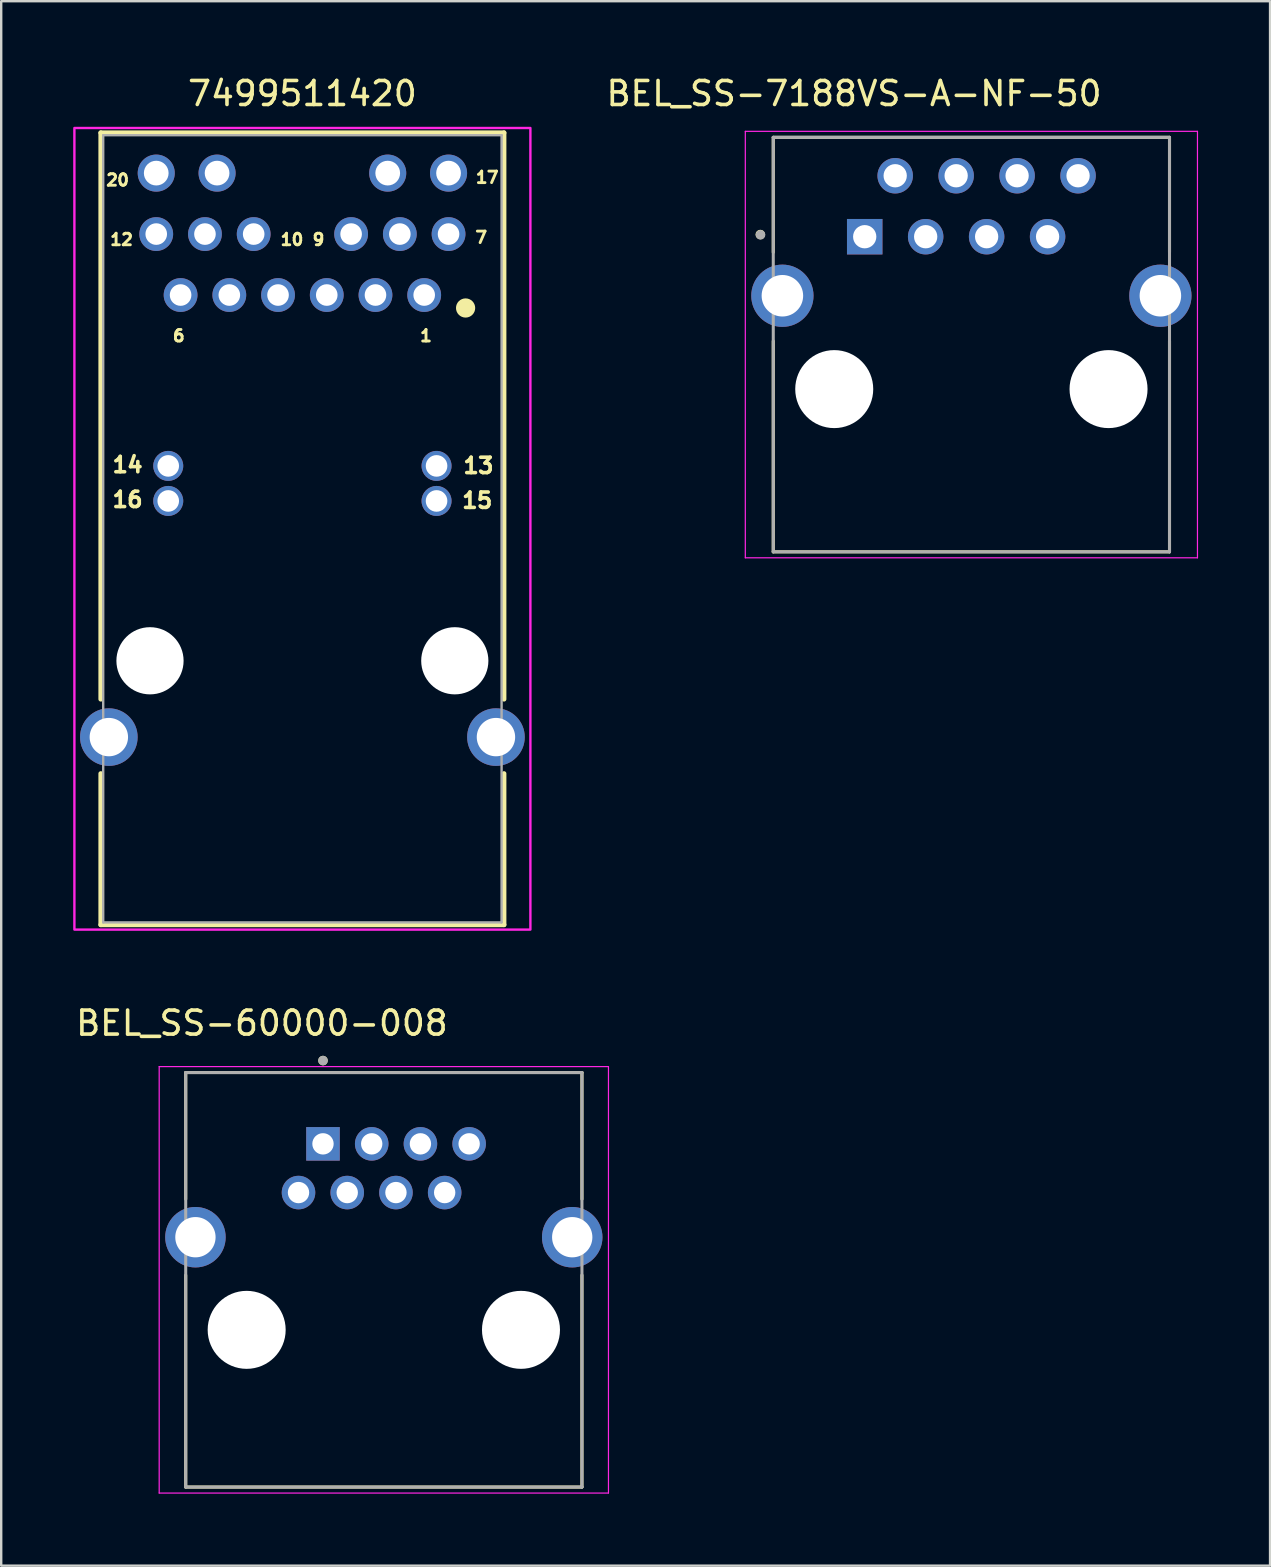
<source format=kicad_pcb>
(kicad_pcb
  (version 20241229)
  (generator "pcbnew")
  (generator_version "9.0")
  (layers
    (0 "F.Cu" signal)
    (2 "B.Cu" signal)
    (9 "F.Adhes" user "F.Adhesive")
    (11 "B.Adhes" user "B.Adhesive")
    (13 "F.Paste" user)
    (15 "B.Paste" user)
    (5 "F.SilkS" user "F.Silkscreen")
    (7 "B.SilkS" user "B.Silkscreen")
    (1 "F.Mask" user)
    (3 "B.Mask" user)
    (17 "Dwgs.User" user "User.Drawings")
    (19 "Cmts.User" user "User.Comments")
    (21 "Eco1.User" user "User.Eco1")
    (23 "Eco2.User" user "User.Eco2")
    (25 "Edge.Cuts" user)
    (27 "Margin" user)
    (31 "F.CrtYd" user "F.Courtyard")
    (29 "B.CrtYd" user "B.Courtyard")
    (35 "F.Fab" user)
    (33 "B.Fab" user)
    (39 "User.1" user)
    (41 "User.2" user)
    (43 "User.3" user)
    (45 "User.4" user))
  (footprint "BEL_SS-60000-008"
    (layer "F.Cu")
    (at 12.943 52.361)
    (property "Reference" "BEL_SS-60000-008" (at -5.08 -12.78 0) (layer "F.SilkS") (effects (font (size 1 1) (thickness 0.15))))
    (attr through_hole)
    (fp_line (start -8.255 -10.72) (end 8.255 -10.72) (stroke (width 0.127) (type solid)) (layer "F.SilkS"))
    (fp_line (start -8.255 -5.445) (end -8.255 -10.72) (stroke (width 0.127) (type solid)) (layer "F.SilkS"))
    (fp_line (start -8.255 6.55) (end -8.255 -2.28) (stroke (width 0.127) (type solid)) (layer "F.SilkS"))
    (fp_line (start 8.255 -10.72) (end 8.255 -5.445) (stroke (width 0.127) (type solid)) (layer "F.SilkS"))
    (fp_line (start 8.255 -2.28) (end 8.255 6.55) (stroke (width 0.127) (type solid)) (layer "F.SilkS"))
    (fp_line (start 8.255 6.55) (end -8.255 6.55) (stroke (width 0.127) (type solid)) (layer "F.SilkS"))
    (fp_circle (center -2.535 -11.22) (end -2.435 -11.22) (stroke (width 0.2) (type solid)) (fill no) (layer "F.SilkS"))
    (fp_line (start -9.36 -10.97) (end -9.36 6.8) (stroke (width 0.05) (type solid)) (layer "F.CrtYd"))
    (fp_line (start -9.36 6.8) (end 9.36 6.8) (stroke (width 0.05) (type solid)) (layer "F.CrtYd"))
    (fp_line (start 9.36 -10.97) (end -9.36 -10.97) (stroke (width 0.05) (type solid)) (layer "F.CrtYd"))
    (fp_line (start 9.36 6.8) (end 9.36 -10.97) (stroke (width 0.05) (type solid)) (layer "F.CrtYd"))
    (fp_line (start -8.255 -10.72) (end 8.255 -10.72) (stroke (width 0.127) (type solid)) (layer "F.Fab"))
    (fp_line (start -8.255 6.55) (end -8.255 -10.72) (stroke (width 0.127) (type solid)) (layer "F.Fab"))
    (fp_line (start 8.255 -10.72) (end 8.255 6.55) (stroke (width 0.127) (type solid)) (layer "F.Fab"))
    (fp_line (start 8.255 6.55) (end -8.255 6.55) (stroke (width 0.127) (type solid)) (layer "F.Fab"))
    (fp_circle (center -2.535 -11.22) (end -2.435 -11.22) (stroke (width 0.2) (type solid)) (fill no) (layer "F.Fab"))
    (pad "" np_thru_hole circle (at -5.715 0) (size 3.25 3.25) (drill 3.25) (layers "*.Cu" "*.Mask"))
    (pad "" np_thru_hole circle (at 5.715 0) (size 3.25 3.25) (drill 3.25) (layers "*.Cu" "*.Mask"))
    (pad "1" thru_hole rect (at -2.535 -7.75) (size 1.398 1.398) (drill 0.89) (layers "*.Cu" "*.Mask"))
    (pad "2" thru_hole circle (at -3.555 -5.72) (size 1.398 1.398) (drill 0.89) (layers "*.Cu" "*.Mask"))
    (pad "3" thru_hole circle (at -1.525 -5.72) (size 1.398 1.398) (drill 0.89) (layers "*.Cu" "*.Mask"))
    (pad "4" thru_hole circle (at 0.505 -5.72) (size 1.398 1.398) (drill 0.89) (layers "*.Cu" "*.Mask"))
    (pad "5" thru_hole circle (at -0.505 -7.75) (size 1.398 1.398) (drill 0.89) (layers "*.Cu" "*.Mask"))
    (pad "6" thru_hole circle (at 1.525 -7.75) (size 1.398 1.398) (drill 0.89) (layers "*.Cu" "*.Mask"))
    (pad "7" thru_hole circle (at 3.555 -7.75) (size 1.398 1.398) (drill 0.89) (layers "*.Cu" "*.Mask"))
    (pad "8" thru_hole circle (at 2.535 -5.72) (size 1.398 1.398) (drill 0.89) (layers "*.Cu" "*.Mask"))
    (pad "S1" thru_hole circle (at -7.85 -3.86) (size 2.52 2.52) (drill 1.68) (layers "*.Cu" "*.Mask"))
    (pad "S2" thru_hole circle (at 7.85 -3.86) (size 2.52 2.52) (drill 1.68) (layers "*.Cu" "*.Mask")))
  (footprint "BEL_SS-7188VS-A-NF-50"
    (layer "F.Cu")
    (at 37.425 13.163)
    (property "Reference" "BEL_SS-7188VS-A-NF-50" (at -4.89 -12.315 0) (layer "F.SilkS") (effects (font (size 1 1) (thickness 0.15))))
    (attr through_hole)
    (fp_line (start -8.255 -10.49) (end 8.255 -10.49) (stroke (width 0.127) (type solid)) (layer "F.SilkS"))
    (fp_line (start -8.255 -5.7) (end -8.255 -10.49) (stroke (width 0.127) (type solid)) (layer "F.SilkS"))
    (fp_line (start -8.255 6.78) (end -8.255 -2) (stroke (width 0.127) (type solid)) (layer "F.SilkS"))
    (fp_line (start 8.255 -10.49) (end 8.255 -5.7) (stroke (width 0.127) (type solid)) (layer "F.SilkS"))
    (fp_line (start 8.255 -2) (end 8.255 6.78) (stroke (width 0.127) (type solid)) (layer "F.SilkS"))
    (fp_line (start 8.255 6.78) (end -8.255 6.78) (stroke (width 0.127) (type solid)) (layer "F.SilkS"))
    (fp_circle (center -8.795 -6.44) (end -8.695 -6.44) (stroke (width 0.2) (type solid)) (fill no) (layer "F.SilkS"))
    (fp_line (start -9.42 -10.74) (end 9.42 -10.74) (stroke (width 0.05) (type solid)) (layer "F.CrtYd"))
    (fp_line (start -9.42 7.03) (end -9.42 -10.74) (stroke (width 0.05) (type solid)) (layer "F.CrtYd"))
    (fp_line (start 9.42 -10.74) (end 9.42 7.03) (stroke (width 0.05) (type solid)) (layer "F.CrtYd"))
    (fp_line (start 9.42 7.03) (end -9.42 7.03) (stroke (width 0.05) (type solid)) (layer "F.CrtYd"))
    (fp_line (start -8.255 -10.49) (end 8.255 -10.49) (stroke (width 0.127) (type solid)) (layer "F.Fab"))
    (fp_line (start -8.255 6.78) (end -8.255 -10.49) (stroke (width 0.127) (type solid)) (layer "F.Fab"))
    (fp_line (start 8.255 -10.49) (end 8.255 6.78) (stroke (width 0.127) (type solid)) (layer "F.Fab"))
    (fp_line (start 8.255 6.78) (end -8.255 6.78) (stroke (width 0.127) (type solid)) (layer "F.Fab"))
    (fp_circle (center -8.785 -6.43) (end -8.685 -6.43) (stroke (width 0.2) (type solid)) (fill no) (layer "F.Fab"))
    (pad "" np_thru_hole circle (at -5.715 0) (size 3.25 3.25) (drill 3.25) (layers "*.Cu" "*.Mask"))
    (pad "" np_thru_hole circle (at 5.715 0) (size 3.25 3.25) (drill 3.25) (layers "*.Cu" "*.Mask"))
    (pad "1" thru_hole rect (at -4.445 -6.35) (size 1.478 1.478) (drill 0.97) (layers "*.Cu" "*.Mask"))
    (pad "2" thru_hole circle (at -3.175 -8.89) (size 1.478 1.478) (drill 0.97) (layers "*.Cu" "*.Mask"))
    (pad "3" thru_hole circle (at -1.905 -6.35) (size 1.478 1.478) (drill 0.97) (layers "*.Cu" "*.Mask"))
    (pad "4" thru_hole circle (at -0.635 -8.89) (size 1.478 1.478) (drill 0.97) (layers "*.Cu" "*.Mask"))
    (pad "5" thru_hole circle (at 0.635 -6.35) (size 1.478 1.478) (drill 0.97) (layers "*.Cu" "*.Mask"))
    (pad "6" thru_hole circle (at 1.905 -8.89) (size 1.478 1.478) (drill 0.97) (layers "*.Cu" "*.Mask"))
    (pad "7" thru_hole circle (at 3.175 -6.35) (size 1.478 1.478) (drill 0.97) (layers "*.Cu" "*.Mask"))
    (pad "8" thru_hole circle (at 4.445 -8.89) (size 1.478 1.478) (drill 0.97) (layers "*.Cu" "*.Mask"))
    (pad "S1" thru_hole circle (at -7.875 -3.89) (size 2.595 2.595) (drill 1.73) (layers "*.Cu" "*.Mask"))
    (pad "S2" thru_hole circle (at 7.875 -3.89) (size 2.595 2.595) (drill 1.73) (layers "*.Cu" "*.Mask")))
  (footprint "7499511420"
    (layer "F.Cu")
    (at 9.55 24.483)
    (property "Reference" "7499511420" (at 0 -23.635 0) (layer "F.SilkS") (effects (font (size 1 1) (thickness 0.15))))
    (attr through_hole)
    (fp_line (start -8.4 1.6) (end -8.4 -22) (stroke (width 0.2) (type solid)) (layer "F.SilkS"))
    (fp_line (start -8.4 11) (end -8.4 4.7) (stroke (width 0.2) (type solid)) (layer "F.SilkS"))
    (fp_line (start -8.4 11) (end 8.4 11) (stroke (width 0.2) (type solid)) (layer "F.SilkS"))
    (fp_line (start 8.4 -22) (end -8.4 -22) (stroke (width 0.2) (type solid)) (layer "F.SilkS"))
    (fp_line (start 8.4 1.6) (end 8.4 -22) (stroke (width 0.2) (type solid)) (layer "F.SilkS"))
    (fp_line (start 8.4 11) (end 8.4 4.7) (stroke (width 0.2) (type solid)) (layer "F.SilkS"))
    (fp_circle (center 6.8 -14.7) (end 7 -14.7) (stroke (width 0.4) (type solid)) (fill no) (layer "F.SilkS"))
    (fp_poly (pts (xy -9.5 -22.2) (xy 9.5 -22.2) (xy 9.5 11.2) (xy -9.5 11.2)) (stroke (width 0.1) (type solid)) (fill no) (layer "F.CrtYd"))
    (fp_line (start -8.3 10.9) (end -8.3 -21.9) (stroke (width 0.1) (type solid)) (layer "F.Fab"))
    (fp_line (start -8.3 10.9) (end 8.3 10.9) (stroke (width 0.1) (type solid)) (layer "F.Fab"))
    (fp_line (start 8.3 -21.9) (end -8.3 -21.9) (stroke (width 0.1) (type solid)) (layer "F.Fab"))
    (fp_line (start 8.3 10.9) (end 8.3 -21.9) (stroke (width 0.1) (type solid)) (layer "F.Fab"))
    (fp_text user "1" (at 5.15 -13.54 0) (layer "F.SilkS") (effects (font (size 0.48 0.48) (thickness 0.15))))
    (fp_text user "16" (at -7.285 -6.715 0) (layer "F.SilkS") (effects (font (size 0.64 0.64) (thickness 0.15))))
    (fp_text user "20" (at -7.7 -20.03 0) (layer "F.SilkS") (effects (font (size 0.48 0.48) (thickness 0.15))))
    (fp_text user "6" (at -5.15 -13.54 0) (layer "F.SilkS") (effects (font (size 0.48 0.48) (thickness 0.15))))
    (fp_text user "10" (at -0.435 -17.55 0) (layer "F.SilkS") (effects (font (size 0.48 0.48) (thickness 0.15))))
    (fp_text user "7" (at 7.45 -17.64 0) (layer "F.SilkS") (effects (font (size 0.48 0.48) (thickness 0.15))))
    (fp_text user "9" (at 0.67 -17.55 0) (layer "F.SilkS") (effects (font (size 0.48 0.48) (thickness 0.15))))
    (fp_text user "12" (at -7.535 -17.55 0) (layer "F.SilkS") (effects (font (size 0.48 0.48) (thickness 0.15))))
    (fp_text user "13" (at 7.335 -8.13 0) (layer "F.SilkS") (effects (font (size 0.64 0.64) (thickness 0.15))))
    (fp_text user "15" (at 7.285 -6.68 0) (layer "F.SilkS") (effects (font (size 0.64 0.64) (thickness 0.15))))
    (fp_text user "17" (at 7.7 -20.14 0) (layer "F.SilkS") (effects (font (size 0.48 0.48) (thickness 0.15))))
    (fp_text user "14" (at -7.285 -8.165 0) (layer "F.SilkS") (effects (font (size 0.64 0.64) (thickness 0.15))))
    (pad "" np_thru_hole circle (at -6.35 0) (size 2.8 2.8) (drill 2.8) (layers "*.Cu" "*.Mask"))
    (pad "" np_thru_hole circle (at 6.35 0) (size 2.8 2.8) (drill 2.8) (layers "*.Cu" "*.Mask"))
    (pad "1" thru_hole circle (at 5.075 -15.24) (size 1.408 1.408) (drill 0.9) (layers "*.Cu" "*.Mask"))
    (pad "2" thru_hole circle (at 3.045 -15.24) (size 1.408 1.408) (drill 0.9) (layers "*.Cu" "*.Mask"))
    (pad "3" thru_hole circle (at 1.015 -15.24) (size 1.408 1.408) (drill 0.9) (layers "*.Cu" "*.Mask"))
    (pad "4" thru_hole circle (at -1.015 -15.24) (size 1.408 1.408) (drill 0.9) (layers "*.Cu" "*.Mask"))
    (pad "5" thru_hole circle (at -3.045 -15.24) (size 1.408 1.408) (drill 0.9) (layers "*.Cu" "*.Mask"))
    (pad "6" thru_hole circle (at -5.075 -15.24) (size 1.408 1.408) (drill 0.9) (layers "*.Cu" "*.Mask"))
    (pad "7" thru_hole circle (at 6.09 -17.78) (size 1.408 1.408) (drill 0.9) (layers "*.Cu" "*.Mask"))
    (pad "8" thru_hole circle (at 4.06 -17.78) (size 1.408 1.408) (drill 0.9) (layers "*.Cu" "*.Mask"))
    (pad "9" thru_hole circle (at 2.03 -17.78) (size 1.408 1.408) (drill 0.9) (layers "*.Cu" "*.Mask"))
    (pad "10" thru_hole circle (at -2.03 -17.78) (size 1.408 1.408) (drill 0.9) (layers "*.Cu" "*.Mask"))
    (pad "11" thru_hole circle (at -4.06 -17.78) (size 1.408 1.408) (drill 0.9) (layers "*.Cu" "*.Mask"))
    (pad "12" thru_hole circle (at -6.09 -17.78) (size 1.408 1.408) (drill 0.9) (layers "*.Cu" "*.Mask"))
    (pad "13" thru_hole circle (at 5.59 -8.12) (size 1.25 1.25) (drill 0.9) (layers "*.Cu" "*.Mask"))
    (pad "14" thru_hole circle (at -5.59 -8.12) (size 1.25 1.25) (drill 0.9) (layers "*.Cu" "*.Mask"))
    (pad "15" thru_hole circle (at 5.59 -6.66) (size 1.25 1.25) (drill 0.9) (layers "*.Cu" "*.Mask"))
    (pad "16" thru_hole circle (at -5.59 -6.66) (size 1.25 1.25) (drill 0.9) (layers "*.Cu" "*.Mask"))
    (pad "17" thru_hole circle (at 6.09 -20.32) (size 1.545 1.545) (drill 1.03) (layers "*.Cu" "*.Mask"))
    (pad "18" thru_hole circle (at 3.555 -20.32) (size 1.545 1.545) (drill 1.03) (layers "*.Cu" "*.Mask"))
    (pad "19" thru_hole circle (at -3.555 -20.32) (size 1.545 1.545) (drill 1.03) (layers "*.Cu" "*.Mask"))
    (pad "20" thru_hole circle (at -6.09 -20.32) (size 1.545 1.545) (drill 1.03) (layers "*.Cu" "*.Mask"))
    (pad "S1" thru_hole circle (at 8.065 3.18) (size 2.4 2.4) (drill 1.6) (layers "*.Cu" "*.Mask"))
    (pad "S2" thru_hole circle (at -8.065 3.18) (size 2.4 2.4) (drill 1.6) (layers "*.Cu" "*.Mask")))
  (gr_rect
    (start -3 -3)
    (end 49.87 62.187)
    (stroke (width 0.1) (type default))
    (fill no)
    (layer "Edge.Cuts")))
</source>
